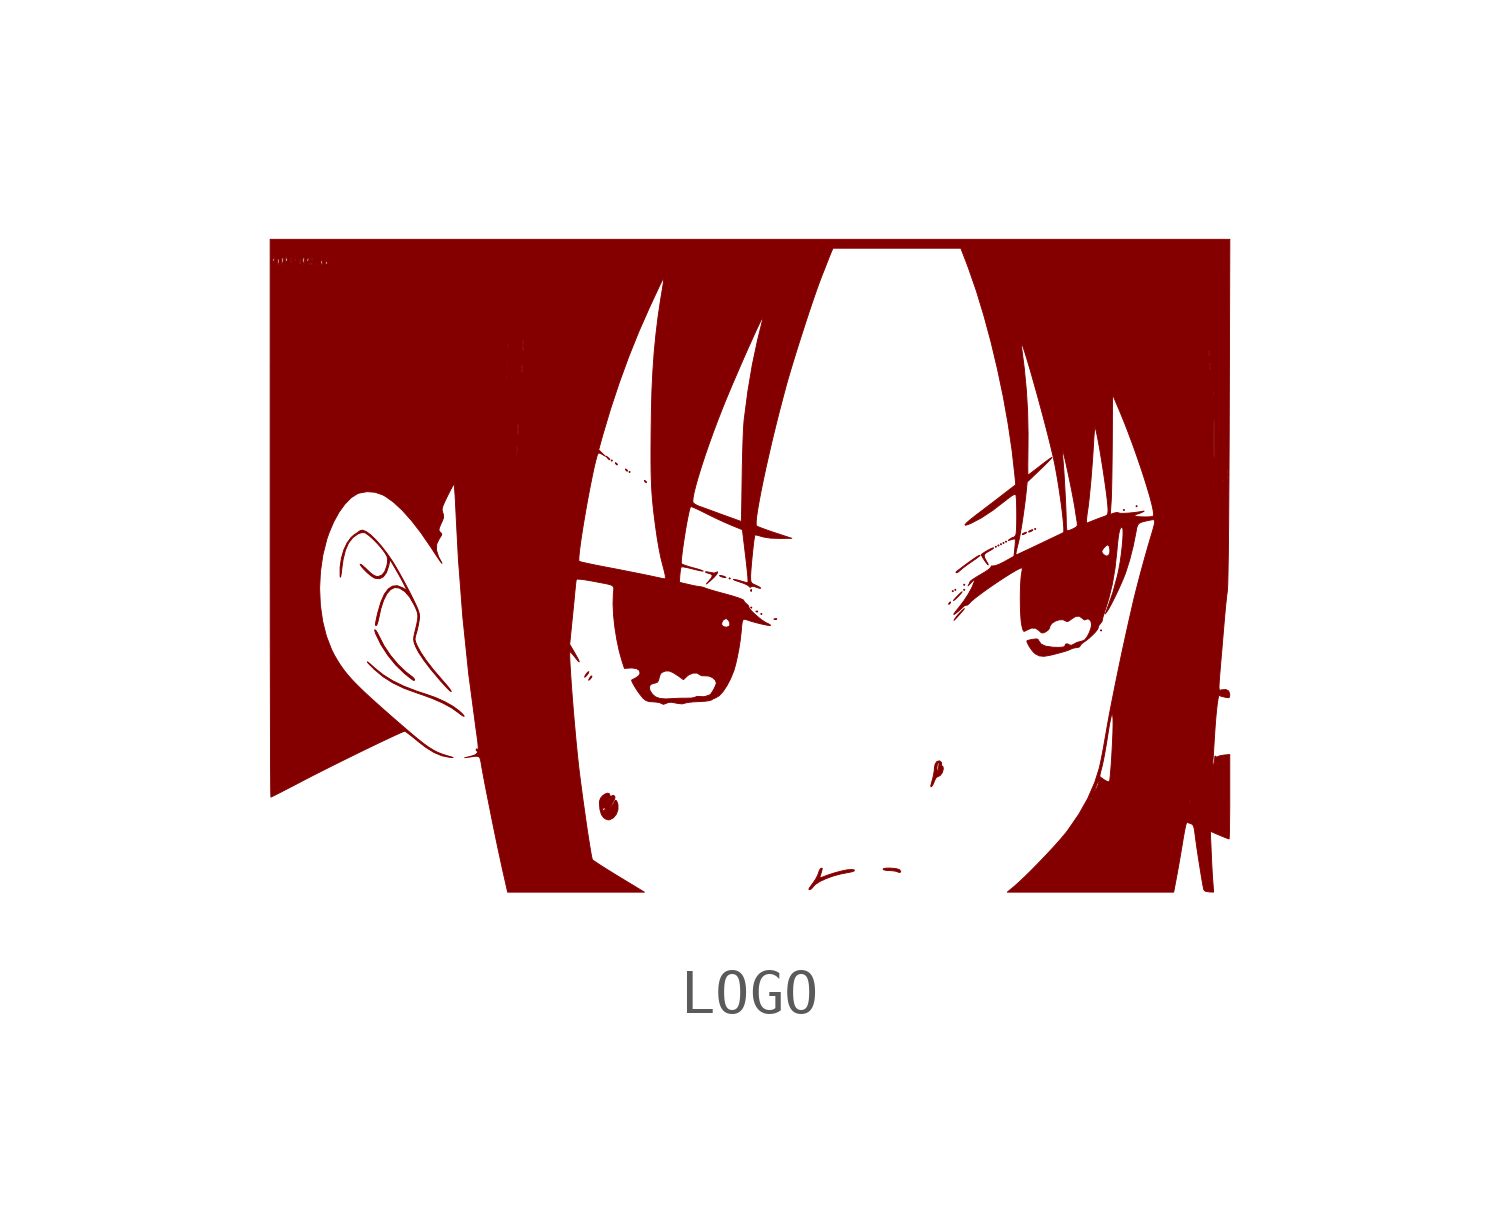
<source format=kicad_sym>
(kicad_symbol_lib
  (version 20210619)
  (generator bitmap2component)
  (symbol "LOGO"
    (pin_names
      (offset 1.016))
    (property "Reference" "#G"
      (at 0 6.842 0)
      (effects (font (size 1.27 1.27)) hide))
    (symbol "LOGO_0_0"
      (polyline (pts (xy -2.863 -7.231) (xy -2.987 -7.156) (xy -3.14 -7.062) (xy -3.276 -6.977) (xy -3.385 -6.909) (xy -3.455 -6.863) (xy -3.515 -6.823) (xy -3.574 -6.783) (xy -3.6 -6.766) (xy -3.602 -6.761) (xy -3.615 -6.712) (xy -3.634 -6.614) (xy -3.657 -6.475) (xy -3.685 -6.301) (xy -3.716 -6.101) (xy -3.748 -5.881) (xy -3.781 -5.648) (xy -3.815 -5.41) (xy -3.847 -5.172) (xy -3.877 -4.943) (xy -3.904 -4.73) (xy -3.926 -4.539) (xy -3.927 -4.529) (xy -3.949 -4.319) (xy -3.972 -4.087) (xy -3.995 -3.839) (xy -4.018 -3.583) (xy -4.04 -3.324) (xy -4.06 -3.071) (xy -4.079 -2.829) (xy -4.094 -2.604) (xy -4.107 -2.405) (xy -4.117 -2.236) (xy -4.122 -2.106) (xy -4.123 -2.02) (xy -4.119 -1.986) (xy -4.103 -1.996) (xy -4.061 -2.041) (xy -4.003 -2.112) (xy -3.99 -2.129) (xy -3.932 -2.199) (xy -3.905 -2.222) (xy -3.91 -2.197) (xy -3.945 -2.126) (xy -4.011 -2.009) (xy -4.123 -1.818) (xy -4.071 -1.295) (xy -4.057 -1.161) (xy -4.039 -0.976) (xy -4.022 -0.806) (xy -4.009 -0.665) (xy -4 -0.567) (xy -3.999 -0.565) (xy -3.989 -0.459) (xy -3.979 -0.375) (xy -3.972 -0.332) (xy -3.954 -0.322) (xy -3.889 -0.323) (xy -3.772 -0.338) (xy -3.603 -0.367) (xy -3.583 -0.371) (xy -3.408 -0.404) (xy -3.281 -0.428) (xy -3.195 -0.449) (xy -3.143 -0.472) (xy -3.117 -0.501) (xy -3.11 -0.541) (xy -3.114 -0.597) (xy -3.122 -0.673) (xy -3.128 -0.892) (xy -3.116 -1.151) (xy -3.097 -1.329) (xy -0.635 -1.329) (xy -0.604 -1.264) (xy -0.544 -1.228) (xy -0.521 -1.23) (xy -0.477 -1.266) (xy -0.448 -1.325) (xy -0.448 -1.384) (xy -0.471 -1.41) (xy -0.529 -1.425) (xy -0.592 -1.414) (xy -0.631 -1.378) (xy -0.635 -1.329) (xy -3.097 -1.329) (xy -3.086 -1.43) (xy -3.041 -1.712) (xy -2.984 -1.98) (xy -2.917 -2.217) (xy -2.866 -2.371) (xy -2.745 -2.362) (xy -2.691 -2.36) (xy -2.587 -2.376) (xy -2.523 -2.418) (xy -2.508 -2.481) (xy -2.51 -2.491) (xy -2.535 -2.536) (xy -2.595 -2.582) (xy -2.701 -2.638) (xy -2.7 -2.657) (xy -2.674 -2.712) (xy -2.629 -2.792) (xy -2.626 -2.796) (xy -2.296 -2.796) (xy -2.265 -2.739) (xy -2.189 -2.711) (xy -2.158 -2.707) (xy -2.103 -2.682) (xy -2.078 -2.624) (xy -2.064 -2.563) (xy -2.042 -2.501) (xy -2.012 -2.467) (xy -1.961 -2.443) (xy -1.913 -2.429) (xy -1.837 -2.431) (xy -1.75 -2.467) (xy -1.636 -2.54) (xy -1.512 -2.629) (xy -1.431 -2.551) (xy -1.382 -2.514) (xy -1.29 -2.478) (xy -1.202 -2.477) (xy -1.137 -2.515) (xy -1.098 -2.539) (xy -1.009 -2.541) (xy -0.931 -2.546) (xy -0.847 -2.581) (xy -0.782 -2.637) (xy -0.757 -2.701) (xy -0.768 -2.748) (xy -0.8 -2.821) (xy -0.843 -2.898) (xy -0.886 -2.959) (xy -0.917 -2.985) (xy -0.94 -2.989) (xy -0.997 -3.01) (xy -1.055 -3.021) (xy -1.135 -3.016) (xy -1.2 -3.012) (xy -1.238 -3.029) (xy -1.266 -3.042) (xy -1.339 -3.052) (xy -1.436 -3.054) (xy -1.511 -3.054) (xy -1.646 -3.057) (xy -1.76 -3.064) (xy -1.925 -3.072) (xy -2.057 -3.06) (xy -2.154 -3.024) (xy -2.226 -2.962) (xy -2.281 -2.876) (xy -2.296 -2.796) (xy -2.626 -2.796) (xy -2.572 -2.881) (xy -2.51 -2.968) (xy -2.509 -2.969) (xy -2.435 -3.059) (xy -2.369 -3.11) (xy -2.291 -3.134) (xy -2.181 -3.14) (xy -2.144 -3.142) (xy -2.062 -3.155) (xy -2.014 -3.177) (xy -2.01 -3.18) (xy -1.969 -3.195) (xy -1.906 -3.172) (xy -1.854 -3.151) (xy -1.785 -3.148) (xy -1.685 -3.166) (xy -1.642 -3.175) (xy -1.545 -3.185) (xy -1.48 -3.169) (xy -1.466 -3.164) (xy -1.395 -3.15) (xy -1.289 -3.139) (xy -1.166 -3.133) (xy -1.119 -3.131) (xy -1.005 -3.123) (xy -0.916 -3.11) (xy -0.87 -3.095) (xy -0.836 -3.073) (xy -0.765 -3.042) (xy -0.69 -2.996) (xy -0.604 -2.902) (xy -0.516 -2.77) (xy -0.432 -2.61) (xy -0.359 -2.432) (xy -0.353 -2.414) (xy -0.314 -2.278) (xy -0.275 -2.105) (xy -0.238 -1.915) (xy -0.209 -1.726) (xy -0.19 -1.557) (xy -0.188 -1.543) (xy -0.176 -1.403) (xy -0.164 -1.312) (xy -0.148 -1.262) (xy -0.122 -1.243) (xy -0.082 -1.248) (xy -0.022 -1.268) (xy 0.054 -1.293) (xy 0.164 -1.323) (xy 0.277 -1.351) (xy 0.378 -1.373) (xy 0.453 -1.385) (xy 0.487 -1.384) (xy 0.488 -1.38) (xy 0.459 -1.357) (xy 0.396 -1.327) (xy 0.362 -1.31) (xy 0.286 -1.259) (xy 0.2 -1.191) (xy 0.116 -1.117) (xy 0.045 -1.047) (xy -0.002 -0.991) (xy -0.013 -0.958) (xy -0.022 -0.93) (xy -0.065 -0.889) (xy -0.109 -0.849) (xy -0.131 -0.808) (xy -0.135 -0.802) (xy -0.181 -0.778) (xy -0.271 -0.745) (xy -0.398 -0.705) (xy -0.553 -0.662) (xy -0.621 -0.644) (xy -0.766 -0.604) (xy -0.89 -0.568) (xy -0.98 -0.539) (xy -1.025 -0.522) (xy -1.057 -0.509) (xy -1.127 -0.495) (xy -1.13 -0.495) (xy -1.188 -0.487) (xy -1.282 -0.47) (xy -1.392 -0.445) (xy -1.606 -0.395) (xy -1.594 -0.227) (xy -1.587 -0.154) (xy -1.575 -0.078) (xy -1.563 -0.041) (xy -1.557 -0.038) (xy -1.506 -0.042) (xy -1.418 -0.059) (xy -1.308 -0.086) (xy -1.267 -0.097) (xy -1.165 -0.121) (xy -1.091 -0.136) (xy -1.059 -0.138) (xy -1.062 -0.134) (xy -1.104 -0.116) (xy -1.186 -0.09) (xy -1.294 -0.06) (xy -1.343 -0.047) (xy -1.448 -0.015) (xy -1.524 0.013) (xy -1.558 0.032) (xy -1.562 0.062) (xy -1.557 0.142) (xy -1.544 0.261) (xy -1.525 0.408) (xy -1.501 0.572) (xy -1.474 0.743) (xy -1.446 0.911) (xy -1.417 1.065) (xy -1.39 1.196) (xy -1.367 1.292) (xy -1.349 1.344) (xy -1.348 1.345) (xy -1.313 1.336) (xy -1.239 1.306) (xy -1.135 1.257) (xy -1.011 1.195) (xy -0.893 1.136) (xy -0.723 1.054) (xy -0.558 0.979) (xy -0.421 0.919) (xy -0.158 0.812) (xy -0.093 0.268) (xy -0.087 0.22) (xy -0.062 0.006) (xy -0.045 -0.157) (xy -0.034 -0.275) (xy -0.03 -0.352) (xy -0.031 -0.394) (xy -0.038 -0.407) (xy -0.055 -0.403) (xy -0.115 -0.387) (xy -0.201 -0.362) (xy -0.265 -0.344) (xy -0.335 -0.329) (xy -0.367 -0.328) (xy -0.35 -0.34) (xy -0.291 -0.364) (xy -0.203 -0.393) (xy -0.119 -0.422) (xy -0.042 -0.459) (xy -0.003 -0.489) (xy 0.016 -0.511) (xy 0.041 -0.499) (xy 0.046 -0.492) (xy 0.086 -0.484) (xy 0.162 -0.508) (xy 0.18 -0.515) (xy 0.238 -0.533) (xy 0.262 -0.529) (xy 0.257 -0.522) (xy 0.216 -0.494) (xy 0.145 -0.46) (xy 0.094 -0.438) (xy 0.049 -0.406) (xy 0.032 -0.357) (xy 0.029 -0.271) (xy 0.031 -0.209) (xy 0.038 -0.101) (xy 0.049 0.033) (xy 0.063 0.179) (xy 0.078 0.327) (xy 0.093 0.463) (xy 0.107 0.577) (xy 0.12 0.657) (xy 0.128 0.691) (xy 0.142 0.693) (xy 0.198 0.682) (xy 0.28 0.658) (xy 0.321 0.646) (xy 0.483 0.62) (xy 0.696 0.613) (xy 0.975 0.615) (xy 0.583 0.744) (xy 0.534 0.76) (xy 0.397 0.808) (xy 0.282 0.85) (xy 0.201 0.882) (xy 0.164 0.9) (xy 0.158 0.916) (xy 0.156 0.986) (xy 0.167 1.105) (xy 0.191 1.268) (xy 0.226 1.468) (xy 0.27 1.702) (xy 0.324 1.964) (xy 0.385 2.25) (xy 0.454 2.553) (xy 0.527 2.869) (xy 0.606 3.193) (xy 0.688 3.52) (xy 0.773 3.844) (xy 0.858 4.161) (xy 0.893 4.284) (xy 0.958 4.503) (xy 1.033 4.75) (xy 1.116 5.017) (xy 1.204 5.292) (xy 1.293 5.568) (xy 1.381 5.835) (xy 1.465 6.083) (xy 1.541 6.304) (xy 1.607 6.487) (xy 1.659 6.624) (xy 1.667 6.646) (xy 1.717 6.769) (xy 1.762 6.885) (xy 1.795 6.968) (xy 1.801 6.984) (xy 1.841 7.087) (xy 1.879 7.179) (xy 1.919 7.274) (xy 4.854 7.274) (xy 4.97 6.976) (xy 5.028 6.822) (xy 5.212 6.292) (xy 5.386 5.72) (xy 5.549 5.117) (xy 5.697 4.495) (xy 5.829 3.866) (xy 5.941 3.241) (xy 6.031 2.631) (xy 6.096 2.05) (xy 6.115 1.845) (xy 5.814 1.614) (xy 5.707 1.531) (xy 5.541 1.404) (xy 5.374 1.277) (xy 5.23 1.167) (xy 5.213 1.155) (xy 5.077 1.048) (xy 4.99 0.973) (xy 4.951 0.929) (xy 4.961 0.915) (xy 5.018 0.931) (xy 5.091 0.961) (xy 5.324 1.083) (xy 5.586 1.256) (xy 5.876 1.479) (xy 5.929 1.521) (xy 6.026 1.593) (xy 6.087 1.625) (xy 6.116 1.621) (xy 6.122 1.597) (xy 6.129 1.522) (xy 6.134 1.41) (xy 6.137 1.276) (xy 6.138 1.131) (xy 6.137 0.989) (xy 6.134 0.862) (xy 6.128 0.763) (xy 6.121 0.706) (xy 6.102 0.665) (xy 6.069 0.64) (xy 6.035 0.63) (xy 5.977 0.596) (xy 5.945 0.57) (xy 5.95 0.564) (xy 6.005 0.583) (xy 6.006 0.583) (xy 6.069 0.6) (xy 6.102 0.6) (xy 6.106 0.568) (xy 6.103 0.493) (xy 6.095 0.394) (xy 6.081 0.266) (xy 6.119 0.266) (xy 6.128 0.32) (xy 6.15 0.413) (xy 6.185 0.553) (xy 6.185 0.554) (xy 6.207 0.656) (xy 6.233 0.801) (xy 6.262 0.977) (xy 6.29 1.168) (xy 6.317 1.362) (xy 6.34 1.545) (xy 6.357 1.702) (xy 6.377 1.906) (xy 6.672 2.189) (xy 6.713 2.228) (xy 6.811 2.324) (xy 6.887 2.401) (xy 6.934 2.453) (xy 6.946 2.472) (xy 6.921 2.459) (xy 6.858 2.416) (xy 6.77 2.351) (xy 6.665 2.269) (xy 6.571 2.196) (xy 6.483 2.129) (xy 6.422 2.083) (xy 6.396 2.066) (xy 6.395 2.069) (xy 6.393 2.116) (xy 6.392 2.209) (xy 6.392 2.34) (xy 6.394 2.501) (xy 6.396 2.684) (xy 6.398 3.017) (xy 6.388 3.519) (xy 6.359 4.012) (xy 6.311 4.516) (xy 6.243 5.053) (xy 6.24 5.091) (xy 6.247 5.096) (xy 6.266 5.054) (xy 6.296 4.969) (xy 6.332 4.859) (xy 10.539 4.859) (xy 10.539 4.879) (xy 10.544 4.919) (xy 10.553 4.91) (xy 10.557 4.882) (xy 10.553 4.808) (xy 10.55 4.8) (xy 10.542 4.806) (xy 10.539 4.859) (xy 6.332 4.859) (xy 6.335 4.848) (xy 6.382 4.695) (xy 6.42 4.568) (xy 10.569 4.568) (xy 10.57 4.611) (xy 10.575 4.647) (xy 10.582 4.633) (xy 10.587 4.587) (xy 10.582 4.503) (xy 10.578 4.488) (xy 10.572 4.505) (xy 10.569 4.568) (xy 6.42 4.568) (xy 6.436 4.515) (xy 6.494 4.314) (xy 6.504 4.277) (xy 10.597 4.277) (xy 10.598 4.297) (xy 10.602 4.337) (xy 10.611 4.328) (xy 10.615 4.3) (xy 10.611 4.226) (xy 10.608 4.218) (xy 10.6 4.224) (xy 10.597 4.277) (xy 6.504 4.277) (xy 6.555 4.096) (xy 6.599 3.94) (xy 10.629 3.94) (xy 10.631 4.015) (xy 10.635 4.044) (xy 10.641 4.022) (xy 10.646 3.935) (xy 10.641 3.833) (xy 10.64 3.828) (xy 10.634 3.812) (xy 10.63 3.848) (xy 10.629 3.928) (xy 10.629 3.94) (xy 6.599 3.94) (xy 6.619 3.867) (xy 6.683 3.632) (xy 6.746 3.397) (xy 6.807 3.165) (xy 6.864 2.943) (xy 6.915 2.736) (xy 6.948 2.599) (xy 7.19 2.599) (xy 7.197 2.616) (xy 7.2 2.611) (xy 7.214 2.561) (xy 7.238 2.467) (xy 7.267 2.339) (xy 7.301 2.185) (xy 7.337 2.017) (xy 7.373 1.843) (xy 7.407 1.673) (xy 7.437 1.516) (xy 7.461 1.384) (xy 7.478 1.284) (xy 7.492 1.187) (xy 7.51 1.073) (xy 7.524 0.989) (xy 7.526 0.971) (xy 7.527 0.961) (xy 7.739 0.961) (xy 7.739 1.026) (xy 7.742 1.069) (xy 7.752 1.16) (xy 7.767 1.266) (xy 7.779 1.344) (xy 7.797 1.499) (xy 7.816 1.691) (xy 7.837 1.908) (xy 7.856 2.139) (xy 7.874 2.37) (xy 7.889 2.591) (xy 7.901 2.787) (xy 7.903 2.825) (xy 7.911 2.961) (xy 7.92 3.068) (xy 7.928 3.138) (xy 7.935 3.16) (xy 7.944 3.142) (xy 7.963 3.071) (xy 7.987 2.957) (xy 8.016 2.806) (xy 8.048 2.63) (xy 8.08 2.434) (xy 8.113 2.229) (xy 8.144 2.022) (xy 8.173 1.823) (xy 8.198 1.639) (xy 8.217 1.48) (xy 8.229 1.353) (xy 8.234 1.267) (xy 8.234 1.245) (xy 8.227 1.176) (xy 8.217 1.163) (xy 8.286 1.163) (xy 8.306 1.476) (xy 8.31 1.554) (xy 8.315 1.698) (xy 8.319 1.882) (xy 8.323 2.1) (xy 8.326 2.34) (xy 8.329 2.595) (xy 8.331 2.854) (xy 8.336 3.919) (xy 8.462 3.625) (xy 8.48 3.583) (xy 8.579 3.343) (xy 8.681 3.085) (xy 8.743 2.917) (xy 10.661 2.917) (xy 10.662 3.09) (xy 10.663 3.221) (xy 10.664 3.308) (xy 10.666 3.347) (xy 10.668 3.335) (xy 10.67 3.288) (xy 10.832 3.288) (xy 10.834 3.353) (xy 10.838 3.386) (xy 10.844 3.368) (xy 10.849 3.302) (xy 10.844 3.208) (xy 10.839 3.189) (xy 10.834 3.216) (xy 10.832 3.288) (xy 10.67 3.288) (xy 10.671 3.268) (xy 10.673 3.145) (xy 10.674 2.94) (xy 10.674 2.729) (xy 10.671 2.54) (xy 10.67 2.528) (xy 10.668 2.463) (xy 10.666 2.454) (xy 10.664 2.495) (xy 10.663 2.584) (xy 10.662 2.719) (xy 10.661 2.895) (xy 10.661 2.917) (xy 8.743 2.917) (xy 8.781 2.817) (xy 8.879 2.545) (xy 8.971 2.278) (xy 9.036 2.08) (xy 10.62 2.08) (xy 10.634 2.095) (xy 10.648 2.082) (xy 10.978 2.082) (xy 10.98 2.156) (xy 10.984 2.184) (xy 10.99 2.16) (xy 10.995 2.074) (xy 10.99 1.985) (xy 10.984 1.969) (xy 10.979 2.003) (xy 10.978 2.08) (xy 10.978 2.082) (xy 10.648 2.082) (xy 10.649 2.08) (xy 10.634 2.066) (xy 10.62 2.08) (xy 9.036 2.08) (xy 9.056 2.021) (xy 9.092 1.906) (xy 10.627 1.906) (xy 10.628 1.938) (xy 10.633 1.972) (xy 10.64 1.956) (xy 10.643 1.935) (xy 10.852 1.935) (xy 10.867 1.949) (xy 10.882 1.935) (xy 10.867 1.92) (xy 10.852 1.935) (xy 10.643 1.935) (xy 10.645 1.91) (xy 10.64 1.84) (xy 10.636 1.83) (xy 10.629 1.846) (xy 10.627 1.906) (xy 9.092 1.906) (xy 9.13 1.783) (xy 9.136 1.763) (xy 10.942 1.763) (xy 10.947 1.791) (xy 10.96 1.78) (xy 10.964 1.763) (xy 10.957 1.724) (xy 10.947 1.725) (xy 10.942 1.763) (xy 9.136 1.763) (xy 9.167 1.658) (xy 10.595 1.658) (xy 10.599 1.698) (xy 10.61 1.695) (xy 10.614 1.682) (xy 10.61 1.622) (xy 10.6 1.617) (xy 10.595 1.658) (xy 9.167 1.658) (xy 9.193 1.571) (xy 9.24 1.391) (xy 9.27 1.25) (xy 9.281 1.157) (xy 9.281 1.155) (xy 9.273 1.129) (xy 9.242 1.114) (xy 9.176 1.107) (xy 9.063 1.106) (xy 9.053 1.106) (xy 8.945 1.11) (xy 8.872 1.12) (xy 8.845 1.135) (xy 8.847 1.145) (xy 8.881 1.165) (xy 8.882 1.165) (xy 8.934 1.179) (xy 9.005 1.208) (xy 9.054 1.232) (xy 9.061 1.241) (xy 9.02 1.234) (xy 8.963 1.224) (xy 8.841 1.207) (xy 8.717 1.195) (xy 8.605 1.188) (xy 8.52 1.189) (xy 8.477 1.198) (xy 8.438 1.208) (xy 8.365 1.193) (xy 8.286 1.163) (xy 8.217 1.163) (xy 8.2 1.139) (xy 8.139 1.114) (xy 8.097 1.1) (xy 7.997 1.063) (xy 7.892 1.022) (xy 7.739 0.961) (xy 7.527 0.961) (xy 7.529 0.91) (xy 7.503 0.873) (xy 7.436 0.836) (xy 7.415 0.826) (xy 7.344 0.797) (xy 7.301 0.786) (xy 7.288 0.805) (xy 7.278 0.87) (xy 7.275 0.967) (xy 7.274 1.053) (xy 7.27 1.189) (xy 7.263 1.36) (xy 7.254 1.553) (xy 7.243 1.758) (xy 7.232 1.961) (xy 7.22 2.151) (xy 7.208 2.316) (xy 7.197 2.444) (xy 7.197 2.444) (xy 7.19 2.537) (xy 7.19 2.599) (xy 6.948 2.599) (xy 6.96 2.549) (xy 6.996 2.386) (xy 7.013 2.306) (xy 7.046 2.129) (xy 7.08 1.934) (xy 7.112 1.731) (xy 7.142 1.526) (xy 7.169 1.329) (xy 7.191 1.148) (xy 7.207 0.991) (xy 7.217 0.867) (xy 7.219 0.783) (xy 7.213 0.748) (xy 7.212 0.748) (xy 7.179 0.731) (xy 7.101 0.694) (xy 6.989 0.64) (xy 6.85 0.574) (xy 6.692 0.498) (xy 6.68 0.493) (xy 6.521 0.417) (xy 6.379 0.35) (xy 6.287 0.307) (xy 8.088 0.307) (xy 8.097 0.336) (xy 8.135 0.393) (xy 8.186 0.444) (xy 8.23 0.466) (xy 8.239 0.463) (xy 8.262 0.425) (xy 8.275 0.36) (xy 8.275 0.291) (xy 8.259 0.243) (xy 8.24 0.223) (xy 8.209 0.205) (xy 8.163 0.22) (xy 8.112 0.261) (xy 8.088 0.307) (xy 6.287 0.307) (xy 6.263 0.296) (xy 6.182 0.258) (xy 6.145 0.241) (xy 6.134 0.237) (xy 6.122 0.241) (xy 6.119 0.266) (xy 6.081 0.266) (xy 6.074 0.202) (xy 5.866 0.086) (xy 5.85 0.076) (xy 5.742 0.023) (xy 5.652 -0.011) (xy 5.596 -0.02) (xy 5.558 -0.019) (xy 5.546 -0.042) (xy 5.54 -0.057) (xy 5.495 -0.098) (xy 5.415 -0.153) (xy 5.311 -0.215) (xy 5.244 -0.254) (xy 5.151 -0.313) (xy 5.086 -0.359) (xy 5.062 -0.386) (xy 5.056 -0.411) (xy 5.026 -0.465) (xy 5.02 -0.475) (xy 5.039 -0.458) (xy 5.087 -0.409) (xy 5.122 -0.371) (xy 5.16 -0.336) (xy 5.171 -0.339) (xy 5.163 -0.378) (xy 5.159 -0.392) (xy 5.107 -0.518) (xy 5.025 -0.667) (xy 4.921 -0.826) (xy 4.806 -0.977) (xy 4.805 -0.978) (xy 4.732 -1.069) (xy 4.696 -1.12) (xy 4.695 -1.134) (xy 4.728 -1.115) (xy 4.809 -1.05) (xy 4.885 -0.978) (xy 4.894 -0.969) (xy 4.946 -0.928) (xy 4.982 -0.92) (xy 5.01 -0.916) (xy 5.051 -0.877) (xy 5.089 -0.836) (xy 5.17 -0.767) (xy 5.282 -0.681) (xy 5.416 -0.582) (xy 5.564 -0.478) (xy 5.718 -0.374) (xy 5.868 -0.276) (xy 6.006 -0.189) (xy 6.123 -0.12) (xy 6.211 -0.075) (xy 6.261 -0.058) (xy 6.265 -0.067) (xy 6.262 -0.117) (xy 6.249 -0.196) (xy 6.238 -0.274) (xy 6.228 -0.413) (xy 6.221 -0.583) (xy 6.219 -0.768) (xy 6.221 -0.955) (xy 6.228 -1.128) (xy 6.238 -1.273) (xy 6.252 -1.374) (xy 6.254 -1.382) (xy 6.275 -1.471) (xy 6.293 -1.513) (xy 6.316 -1.52) (xy 6.352 -1.501) (xy 6.363 -1.495) (xy 6.476 -1.445) (xy 6.569 -1.447) (xy 6.647 -1.5) (xy 6.655 -1.508) (xy 6.702 -1.552) (xy 6.743 -1.557) (xy 6.806 -1.529) (xy 6.87 -1.48) (xy 6.896 -1.427) (xy 6.899 -1.401) (xy 6.943 -1.337) (xy 7.019 -1.286) (xy 7.111 -1.256) (xy 7.199 -1.253) (xy 7.266 -1.284) (xy 7.281 -1.294) (xy 7.324 -1.288) (xy 7.391 -1.241) (xy 7.397 -1.235) (xy 7.493 -1.176) (xy 7.574 -1.172) (xy 7.643 -1.221) (xy 7.644 -1.221) (xy 7.69 -1.259) (xy 7.73 -1.246) (xy 7.751 -1.235) (xy 7.8 -1.242) (xy 7.84 -1.289) (xy 7.855 -1.364) (xy 7.841 -1.447) (xy 7.803 -1.551) (xy 7.753 -1.647) (xy 7.702 -1.711) (xy 7.662 -1.735) (xy 7.587 -1.757) (xy 7.524 -1.773) (xy 7.448 -1.813) (xy 7.396 -1.84) (xy 7.349 -1.833) (xy 7.311 -1.809) (xy 7.265 -1.81) (xy 7.245 -1.847) (xy 7.241 -1.862) (xy 7.212 -1.879) (xy 7.146 -1.886) (xy 7.034 -1.887) (xy 6.949 -1.883) (xy 6.798 -1.859) (xy 6.698 -1.813) (xy 6.648 -1.744) (xy 6.646 -1.74) (xy 6.626 -1.704) (xy 6.586 -1.694) (xy 6.507 -1.703) (xy 6.478 -1.708) (xy 6.408 -1.724) (xy 6.373 -1.736) (xy 6.371 -1.753) (xy 6.392 -1.806) (xy 6.432 -1.877) (xy 6.482 -1.95) (xy 6.531 -2.007) (xy 6.568 -2.038) (xy 6.659 -2.084) (xy 6.768 -2.093) (xy 6.91 -2.068) (xy 7.001 -2.046) (xy 7.152 -2.006) (xy 7.259 -1.975) (xy 7.332 -1.95) (xy 7.381 -1.927) (xy 7.434 -1.906) (xy 7.519 -1.891) (xy 7.569 -1.882) (xy 7.594 -1.854) (xy 7.594 -1.85) (xy 7.622 -1.809) (xy 7.681 -1.765) (xy 7.716 -1.742) (xy 7.796 -1.679) (xy 7.877 -1.605) (xy 7.947 -1.532) (xy 7.995 -1.47) (xy 8.008 -1.433) (xy 8.016 -1.395) (xy 8.055 -1.343) (xy 8.091 -1.3) (xy 8.101 -1.273) (xy 8.103 -1.251) (xy 8.12 -1.183) (xy 8.151 -1.082) (xy 8.191 -0.959) (xy 8.252 -0.763) (xy 8.333 -0.43) (xy 8.394 -0.069) (xy 8.438 0.335) (xy 8.448 0.452) (xy 8.466 0.621) (xy 8.485 0.74) (xy 8.505 0.818) (xy 8.528 0.86) (xy 8.557 0.873) (xy 8.568 0.862) (xy 8.577 0.803) (xy 8.578 0.702) (xy 8.57 0.568) (xy 8.556 0.411) (xy 8.536 0.241) (xy 8.511 0.066) (xy 8.48 -0.104) (xy 8.452 -0.234) (xy 8.342 -0.636) (xy 8.191 -1.062) (xy 8.168 -1.12) (xy 8.212 -1.062) (xy 8.25 -1.003) (xy 8.309 -0.895) (xy 8.379 -0.757) (xy 8.453 -0.604) (xy 8.525 -0.446) (xy 8.588 -0.299) (xy 8.637 -0.175) (xy 8.639 -0.168) (xy 8.729 0.115) (xy 8.81 0.433) (xy 8.876 0.763) (xy 8.889 0.838) (xy 8.908 0.907) (xy 8.939 0.953) (xy 8.993 0.983) (xy 9.082 1.008) (xy 9.217 1.036) (xy 9.248 1.042) (xy 9.284 1.042) (xy 9.302 1.026) (xy 9.305 0.985) (xy 9.29 0.912) (xy 9.259 0.798) (xy 9.211 0.636) (xy 9.161 0.469) (xy 9.072 0.155) (xy 8.983 -0.168) (xy 8.902 -0.479) (xy 8.832 -0.756) (xy 8.784 -0.963) (xy 8.71 -1.286) (xy 8.633 -1.633) (xy 8.554 -1.995) (xy 8.477 -2.361) (xy 8.403 -2.721) (xy 8.334 -3.065) (xy 8.272 -3.382) (xy 8.22 -3.664) (xy 8.179 -3.899) (xy 8.153 -4.046) (xy 8.119 -4.237) (xy 8.085 -4.414) (xy 8.054 -4.563) (xy 8.029 -4.67) (xy 7.971 -4.854) (xy 8.045 -4.854) (xy 8.048 -4.817) (xy 8.065 -4.741) (xy 8.091 -4.641) (xy 8.104 -4.588) (xy 8.131 -4.462) (xy 8.161 -4.303) (xy 8.192 -4.124) (xy 8.221 -3.943) (xy 8.241 -3.813) (xy 8.266 -3.663) (xy 8.29 -3.542) (xy 8.309 -3.457) (xy 8.322 -3.42) (xy 8.327 -3.418) (xy 8.34 -3.444) (xy 8.348 -3.526) (xy 8.349 -3.663) (xy 8.345 -3.854) (xy 8.334 -4.098) (xy 8.318 -4.393) (xy 8.307 -4.56) (xy 8.295 -4.714) (xy 8.29 -4.772) (xy 10.628 -4.772) (xy 10.629 -4.729) (xy 10.633 -4.692) (xy 10.64 -4.706) (xy 10.645 -4.752) (xy 10.64 -4.837) (xy 10.636 -4.852) (xy 10.63 -4.835) (xy 10.628 -4.772) (xy 8.29 -4.772) (xy 8.284 -4.84) (xy 8.274 -4.926) (xy 8.267 -4.965) (xy 8.263 -4.97) (xy 8.225 -4.972) (xy 8.152 -4.932) (xy 8.133 -4.918) (xy 8.074 -4.877) (xy 8.045 -4.855) (xy 8.045 -4.854) (xy 7.971 -4.854) (xy 7.929 -4.986) (xy 7.836 -5.199) (xy 7.918 -5.199) (xy 7.932 -5.15) (xy 7.971 -5.048) (xy 7.995 -4.99) (xy 8.019 -4.952) (xy 8.028 -4.961) (xy 8.027 -4.971) (xy 8.008 -5.04) (xy 7.972 -5.121) (xy 8.239 -5.121) (xy 8.242 -5.081) (xy 8.253 -5.084) (xy 8.257 -5.098) (xy 8.253 -5.157) (xy 8.243 -5.162) (xy 8.239 -5.121) (xy 7.972 -5.121) (xy 7.96 -5.142) (xy 7.927 -5.196) (xy 7.918 -5.199) (xy 7.836 -5.199) (xy 7.813 -5.252) (xy 7.885 -5.252) (xy 7.899 -5.237) (xy 7.914 -5.252) (xy 7.899 -5.266) (xy 7.885 -5.252) (xy 7.813 -5.252) (xy 7.769 -5.353) (xy 7.761 -5.368) (xy 7.827 -5.368) (xy 7.841 -5.354) (xy 7.856 -5.368) (xy 7.841 -5.383) (xy 7.827 -5.368) (xy 7.761 -5.368) (xy 7.72 -5.441) (xy 10.101 -5.441) (xy 10.105 -5.401) (xy 10.115 -5.404) (xy 10.119 -5.418) (xy 10.115 -5.477) (xy 10.105 -5.482) (xy 10.101 -5.441) (xy 7.72 -5.441) (xy 7.561 -5.722) (xy 7.464 -5.863) (xy 10.154 -5.863) (xy 10.169 -5.848) (xy 10.183 -5.863) (xy 10.169 -5.877) (xy 10.154 -5.863) (xy 7.464 -5.863) (xy 7.3 -6.101) (xy 7.248 -6.166) (xy 7.134 -6.301) (xy 6.992 -6.46) (xy 6.831 -6.634) (xy 6.66 -6.813) (xy 6.489 -6.987) (xy 6.327 -7.147) (xy 6.183 -7.283) (xy 6.066 -7.386) (xy 5.921 -7.506) (xy 9.74 -7.506) (xy 9.816 -7.106) (xy 9.845 -6.946) (xy 9.884 -6.725) (xy 9.922 -6.502) (xy 9.954 -6.306) (xy 9.962 -6.257) (xy 9.987 -6.119) (xy 10.009 -6.008) (xy 10.028 -5.933) (xy 10.04 -5.906) (xy 10.072 -5.913) (xy 10.134 -5.933) (xy 10.165 -5.949) (xy 10.189 -5.977) (xy 10.207 -6.028) (xy 10.222 -6.114) (xy 10.239 -6.246) (xy 10.252 -6.341) (xy 10.272 -6.487) (xy 10.297 -6.652) (xy 10.324 -6.827) (xy 10.352 -7) (xy 10.378 -7.16) (xy 10.401 -7.296) (xy 10.42 -7.397) (xy 10.432 -7.451) (xy 10.466 -7.485) (xy 10.552 -7.501) (xy 10.657 -7.505) (xy 10.639 -7.266) (xy 10.636 -7.231) (xy 10.627 -7.099) (xy 10.618 -6.932) (xy 10.609 -6.749) (xy 10.601 -6.567) (xy 10.581 -6.109) (xy 10.788 -6.197) (xy 10.81 -6.206) (xy 10.906 -6.246) (xy 10.978 -6.274) (xy 11.011 -6.285) (xy 11.014 -6.271) (xy 11.017 -6.206) (xy 11.021 -6.094) (xy 11.023 -5.943) (xy 11.025 -5.758) (xy 11.027 -5.547) (xy 11.027 -5.316) (xy 11.027 -4.348) (xy 10.903 -4.359) (xy 10.875 -4.363) (xy 10.795 -4.378) (xy 10.746 -4.398) (xy 10.726 -4.408) (xy 10.698 -4.387) (xy 10.695 -4.382) (xy 10.685 -4.395) (xy 10.68 -4.452) (xy 10.68 -4.457) (xy 10.668 -4.539) (xy 10.648 -4.597) (xy 10.639 -4.608) (xy 10.626 -4.614) (xy 10.632 -4.568) (xy 10.638 -4.522) (xy 10.646 -4.427) (xy 10.655 -4.301) (xy 10.663 -4.161) (xy 10.674 -3.98) (xy 10.69 -3.733) (xy 10.707 -3.512) (xy 10.725 -3.322) (xy 10.743 -3.169) (xy 10.76 -3.059) (xy 10.776 -2.996) (xy 10.79 -2.986) (xy 10.794 -2.991) (xy 10.838 -3.015) (xy 10.878 -3.022) (xy 10.947 -3.037) (xy 10.994 -3.045) (xy 11.022 -3.03) (xy 11.027 -2.97) (xy 11.027 -2.965) (xy 11.003 -2.891) (xy 10.938 -2.856) (xy 10.839 -2.863) (xy 10.835 -2.864) (xy 10.815 -2.87) (xy 10.8 -2.872) (xy 10.789 -2.864) (xy 10.782 -2.84) (xy 10.78 -2.794) (xy 10.783 -2.719) (xy 10.79 -2.611) (xy 10.802 -2.463) (xy 10.818 -2.268) (xy 10.839 -2.022) (xy 10.846 -1.947) (xy 10.863 -1.739) (xy 10.881 -1.525) (xy 10.898 -1.326) (xy 10.912 -1.164) (xy 10.924 -1.027) (xy 10.941 -0.857) (xy 10.958 -0.701) (xy 10.973 -0.582) (xy 10.977 -0.525) (xy 10.982 -0.409) (xy 10.986 -0.237) (xy 10.99 -0.012) (xy 10.995 0.266) (xy 10.998 0.595) (xy 11.002 0.973) (xy 11.005 1.4) (xy 11.008 1.873) (xy 11.011 2.391) (xy 11.014 2.953) (xy 11.016 3.557) (xy 11.029 7.477) (xy -10.998 7.477) (xy -10.998 6.996) (xy -10.94 6.996) (xy -10.938 7.013) (xy -10.913 7.054) (xy -10.9 7.051) (xy -10.902 7.012) (xy -10.916 6.971) (xy -10.933 6.957) (xy -10.94 6.996) (xy -10.998 6.996) (xy -10.998 6.922) (xy -10.832 6.922) (xy -10.83 6.983) (xy -10.829 6.984) (xy -10.817 7.045) (xy -10.806 7.07) (xy -10.805 7.07) (xy -10.797 7.044) (xy -10.794 6.984) (xy -10.736 6.984) (xy -10.729 7.045) (xy -10.712 7.07) (xy -10.711 7.07) (xy -10.699 7.044) (xy -10.7 7.01) (xy -10.649 7.01) (xy -10.646 7.05) (xy -10.632 7.067) (xy -10.61 7.027) (xy -10.605 7.005) (xy -10.608 6.997) (xy -10.527 6.997) (xy -10.527 7.006) (xy -10.521 7.045) (xy -10.512 7.033) (xy -10.509 7.012) (xy -10.441 7.012) (xy -10.437 7.052) (xy -10.426 7.048) (xy -10.425 7.045) (xy -10.25 7.045) (xy -10.236 7.07) (xy -10.236 7.07) (xy -10.234 7.067) (xy -10.059 7.067) (xy -10.034 7.049) (xy -10.018 7.027) (xy -10.014 6.997) (xy -10.027 6.997) (xy -10.05 7.032) (xy -10.053 7.038) (xy -10.059 7.067) (xy -10.234 7.067) (xy -10.219 7.044) (xy -10.213 6.991) (xy -10.154 6.991) (xy -10.151 7.014) (xy -10.128 7.054) (xy -10.115 7.056) (xy -10.107 7.027) (xy -10.108 7.022) (xy -10.125 6.976) (xy -10.145 6.962) (xy -10.154 6.991) (xy -10.213 6.991) (xy -10.212 6.983) (xy -10.212 6.982) (xy -10.214 6.954) (xy -9.834 6.954) (xy -9.832 6.987) (xy -9.823 7.012) (xy -9.813 7.001) (xy -9.797 6.954) (xy -9.794 6.933) (xy -9.735 6.933) (xy -9.718 6.968) (xy -9.703 6.971) (xy -9.689 6.941) (xy -9.689 6.939) (xy -9.63 6.939) (xy -9.616 6.954) (xy -9.601 6.939) (xy -9.616 6.925) (xy -9.63 6.939) (xy -9.689 6.939) (xy -9.689 6.926) (xy -9.703 6.897) (xy -9.731 6.923) (xy -9.735 6.933) (xy -9.794 6.933) (xy -9.793 6.919) (xy -9.808 6.896) (xy -9.823 6.906) (xy -9.834 6.954) (xy -10.214 6.954) (xy -10.216 6.921) (xy -10.221 6.904) (xy -10.107 6.904) (xy -10.103 6.915) (xy -10.09 6.919) (xy -10.03 6.915) (xy -10.028 6.91) (xy -9.95 6.91) (xy -9.936 6.925) (xy -9.921 6.91) (xy -9.936 6.896) (xy -9.95 6.91) (xy -10.028 6.91) (xy -10.026 6.905) (xy -10.067 6.9) (xy -10.107 6.904) (xy -10.221 6.904) (xy -10.224 6.896) (xy -10.224 6.896) (xy -10.236 6.922) (xy -10.248 6.983) (xy -10.248 6.985) (xy -10.25 7.045) (xy -10.425 7.045) (xy -10.422 7.035) (xy -10.426 6.976) (xy -10.436 6.971) (xy -10.441 7.012) (xy -10.509 7.012) (xy -10.508 7.004) (xy -10.511 6.968) (xy -10.323 6.968) (xy -10.323 6.977) (xy -10.318 7.016) (xy -10.309 7.004) (xy -10.304 6.975) (xy -10.31 6.917) (xy -10.311 6.914) (xy -10.32 6.919) (xy -10.323 6.968) (xy -10.511 6.968) (xy -10.513 6.946) (xy -10.514 6.943) (xy -10.524 6.948) (xy -10.527 6.997) (xy -10.608 6.997) (xy -10.621 6.968) (xy -10.638 6.97) (xy -10.649 7.01) (xy -10.7 7.01) (xy -10.701 6.983) (xy -10.701 6.981) (xy -10.713 6.921) (xy -10.725 6.896) (xy -10.725 6.896) (xy -10.733 6.921) (xy -10.736 6.983) (xy -10.736 6.984) (xy -10.794 6.984) (xy -10.794 6.983) (xy -10.794 6.982) (xy -10.801 6.921) (xy -10.818 6.896) (xy -10.819 6.896) (xy -10.832 6.922) (xy -10.998 6.922) (xy -10.998 5.511) (xy -5.17 5.511) (xy -5.168 5.586) (xy -5.164 5.615) (xy -5.158 5.593) (xy -5.153 5.506) (xy -5.158 5.404) (xy -5.159 5.399) (xy -5.164 5.383) (xy -5.168 5.419) (xy -5.17 5.499) (xy -5.17 5.511) (xy -10.998 5.511) (xy -10.998 5.034) (xy -5.553 5.034) (xy -5.548 5.074) (xy -5.538 5.07) (xy -5.534 5.057) (xy -5.535 5.048) (xy -5.199 5.048) (xy -5.198 5.073) (xy -5.196 5.144) (xy -5.192 5.17) (xy -5.187 5.142) (xy -5.186 5.138) (xy -5.182 5.035) (xy -5.187 4.938) (xy -5.188 4.929) (xy -5.194 4.921) (xy -5.197 4.963) (xy -5.199 5.048) (xy -5.535 5.048) (xy -5.538 4.997) (xy -5.548 4.992) (xy -5.553 5.034) (xy -10.998 5.034) (xy -10.998 4.539) (xy -5.722 4.539) (xy -5.721 4.598) (xy -5.719 4.668) (xy -5.715 4.691) (xy -5.71 4.662) (xy -5.709 4.65) (xy -5.706 4.531) (xy -5.708 4.481) (xy -5.575 4.481) (xy -5.575 4.524) (xy -5.574 4.63) (xy -5.572 4.691) (xy -5.569 4.704) (xy -5.565 4.662) (xy -5.562 4.588) (xy -5.561 4.51) (xy -5.228 4.51) (xy -5.227 4.575) (xy -5.223 4.608) (xy -5.216 4.59) (xy -5.211 4.524) (xy -5.216 4.43) (xy -5.222 4.411) (xy -5.227 4.438) (xy -5.228 4.51) (xy -5.561 4.51) (xy -5.561 4.437) (xy -5.565 4.299) (xy -5.566 4.279) (xy -5.57 4.256) (xy -5.572 4.285) (xy -5.574 4.362) (xy -5.575 4.481) (xy -5.708 4.481) (xy -5.71 4.415) (xy -5.713 4.392) (xy -5.718 4.394) (xy -5.721 4.444) (xy -5.722 4.539) (xy -10.998 4.539) (xy -10.998 4.06) (xy -5.257 4.06) (xy -5.255 4.134) (xy -5.251 4.162) (xy -5.245 4.138) (xy -5.24 4.052) (xy -5.245 3.964) (xy -5.251 3.947) (xy -5.256 3.982) (xy -5.257 4.059) (xy -5.257 4.06) (xy -10.998 4.06) (xy -10.998 3.506) (xy -5.604 3.506) (xy -5.604 3.539) (xy -5.603 3.644) (xy -5.601 3.704) (xy -5.598 3.715) (xy -5.594 3.672) (xy -5.592 3.637) (xy -5.285 3.637) (xy -5.285 3.672) (xy -5.283 3.745) (xy -5.279 3.772) (xy -5.274 3.746) (xy -5.269 3.637) (xy -5.274 3.528) (xy -5.276 3.512) (xy -5.281 3.506) (xy -5.284 3.55) (xy -5.285 3.637) (xy -5.592 3.637) (xy -5.591 3.594) (xy -5.59 3.45) (xy -5.594 3.323) (xy -5.595 3.309) (xy -5.599 3.286) (xy -5.602 3.314) (xy -5.604 3.389) (xy -5.604 3.506) (xy -10.998 3.506) (xy -10.998 3.128) (xy -5.315 3.128) (xy -5.315 3.153) (xy -5.313 3.224) (xy -5.309 3.249) (xy -5.303 3.222) (xy -5.303 3.218) (xy -5.298 3.114) (xy -5.303 3.018) (xy -5.305 3.009) (xy -5.31 3.001) (xy -5.314 3.043) (xy -5.315 3.128) (xy -10.998 3.128) (xy -10.998 2.634) (xy -5.345 2.634) (xy -5.343 2.708) (xy -5.338 2.737) (xy -5.332 2.713) (xy -5.328 2.627) (xy -5.333 2.538) (xy -5.339 2.522) (xy -5.343 2.556) (xy -5.345 2.633) (xy -5.345 2.634) (xy -10.998 2.634) (xy -10.998 2.182) (xy -5.374 2.182) (xy -5.372 2.247) (xy -5.368 2.28) (xy -5.362 2.262) (xy -5.357 2.196) (xy -5.362 2.102) (xy -5.367 2.083) (xy -5.372 2.11) (xy -5.374 2.182) (xy -10.998 2.182) (xy -10.998 1.077) (xy -10.998 0.934) (xy -10.998 0.331) (xy -10.998 -0.255) (xy -10.997 -0.823) (xy -10.997 -1.369) (xy -10.996 -1.891) (xy -10.995 -2.386) (xy -10.994 -2.853) (xy -10.993 -3.287) (xy -10.992 -3.686) (xy -10.991 -4.049) (xy -10.99 -4.372) (xy -10.989 -4.652) (xy -10.987 -4.887) (xy -10.986 -5.074) (xy -10.984 -5.212) (xy -10.982 -5.296) (xy -10.981 -5.324) (xy -10.979 -5.324) (xy -10.941 -5.306) (xy -10.86 -5.266) (xy -10.742 -5.206) (xy -10.593 -5.129) (xy -10.421 -5.04) (xy -10.232 -4.941) (xy -10.201 -4.925) (xy -10.022 -4.832) (xy -9.82 -4.73) (xy -9.602 -4.62) (xy -9.375 -4.507) (xy -9.144 -4.393) (xy -8.916 -4.281) (xy -8.697 -4.175) (xy -8.492 -4.076) (xy -8.308 -3.989) (xy -8.152 -3.916) (xy -8.029 -3.86) (xy -7.946 -3.824) (xy -7.909 -3.811) (xy -7.908 -3.812) (xy -7.875 -3.831) (xy -7.807 -3.881) (xy -7.715 -3.953) (xy -7.608 -4.042) (xy -7.422 -4.186) (xy -7.234 -4.302) (xy -7.057 -4.376) (xy -6.881 -4.412) (xy -6.824 -4.417) (xy -6.802 -4.416) (xy -6.83 -4.405) (xy -6.912 -4.381) (xy -6.939 -4.373) (xy -7.05 -4.338) (xy -7.151 -4.298) (xy -7.249 -4.248) (xy -7.353 -4.184) (xy -7.47 -4.1) (xy -7.607 -3.992) (xy -7.772 -3.854) (xy -7.972 -3.682) (xy -8.231 -3.457) (xy -8.472 -3.244) (xy -8.676 -3.061) (xy -8.849 -2.901) (xy -8.993 -2.76) (xy -9.115 -2.635) (xy -9.217 -2.519) (xy -9.304 -2.41) (xy -9.381 -2.302) (xy -9.452 -2.19) (xy -9.522 -2.071) (xy -9.587 -1.943) (xy -9.707 -1.632) (xy -9.794 -1.287) (xy -9.846 -0.918) (xy -9.863 -0.535) (xy -9.844 -0.149) (xy -9.789 0.232) (xy -9.697 0.597) (xy -9.647 0.741) (xy -9.54 0.992) (xy -9.418 1.214) (xy -9.284 1.399) (xy -9.145 1.542) (xy -9.005 1.633) (xy -8.955 1.653) (xy -8.778 1.686) (xy -8.592 1.673) (xy -8.416 1.613) (xy -8.352 1.578) (xy -8.166 1.445) (xy -7.966 1.26) (xy -7.756 1.025) (xy -7.538 0.744) (xy -7.315 0.419) (xy -7.276 0.359) (xy -7.182 0.217) (xy -7.113 0.115) (xy -7.07 0.056) (xy -7.054 0.04) (xy -7.067 0.07) (xy -7.11 0.148) (xy -7.131 0.187) (xy -7.181 0.341) (xy -7.176 0.482) (xy -7.113 0.612) (xy -7.106 0.621) (xy -7.066 0.683) (xy -7.06 0.718) (xy -7.084 0.745) (xy -7.114 0.774) (xy -7.125 0.814) (xy -7.108 0.876) (xy -7.064 0.975) (xy -7.053 0.998) (xy -7.022 1.076) (xy -7.017 1.136) (xy -7.035 1.201) (xy -7.039 1.212) (xy -7.051 1.256) (xy -7.049 1.302) (xy -7.031 1.363) (xy -6.993 1.451) (xy -6.932 1.578) (xy -6.885 1.672) (xy -6.834 1.77) (xy -6.796 1.837) (xy -6.777 1.861) (xy -6.777 1.861) (xy -6.771 1.827) (xy -6.764 1.742) (xy -6.755 1.616) (xy -6.746 1.454) (xy -6.736 1.264) (xy -6.726 1.055) (xy -6.678 0.143) (xy -3.914 0.143) (xy -3.907 0.242) (xy -3.891 0.381) (xy -3.868 0.554) (xy -3.838 0.753) (xy -3.803 0.97) (xy -3.764 1.199) (xy -3.723 1.432) (xy -3.68 1.662) (xy -3.637 1.882) (xy -3.596 2.084) (xy -3.558 2.261) (xy -3.523 2.405) (xy -3.494 2.511) (xy -3.471 2.569) (xy -3.47 2.57) (xy -3.437 2.571) (xy -3.38 2.544) (xy -3.302 2.496) (xy -3.38 2.571) (xy -3.458 2.646) (xy -3.4 2.858) (xy -3.367 2.977) (xy -3.187 3.58) (xy -2.985 4.188) (xy -2.768 4.783) (xy -2.54 5.351) (xy -2.308 5.877) (xy -2.295 5.907) (xy -2.229 6.048) (xy -2.156 6.205) (xy -2.088 6.35) (xy -2.056 6.419) (xy -2.01 6.513) (xy -1.976 6.576) (xy -1.961 6.597) (xy -1.962 6.574) (xy -1.971 6.503) (xy -1.986 6.398) (xy -2.007 6.269) (xy -2.038 6.083) (xy -2.097 5.682) (xy -2.145 5.285) (xy -2.184 4.883) (xy -2.213 4.466) (xy -2.235 4.021) (xy -2.248 3.54) (xy -2.255 3.011) (xy -2.255 2.963) (xy -2.257 2.654) (xy -2.257 2.393) (xy -2.255 2.172) (xy -2.251 1.982) (xy -2.244 1.814) (xy -2.235 1.659) (xy -2.224 1.51) (xy -2.219 1.459) (xy -1.298 1.459) (xy -1.292 1.542) (xy -1.267 1.669) (xy -1.225 1.835) (xy -1.168 2.036) (xy -1.097 2.265) (xy -1.015 2.516) (xy -0.922 2.785) (xy -0.821 3.065) (xy -0.713 3.351) (xy -0.601 3.637) (xy -0.557 3.746) (xy -0.48 3.931) (xy -0.395 4.134) (xy -0.303 4.347) (xy -0.209 4.565) (xy -0.115 4.78) (xy -0.023 4.988) (xy 0.064 5.18) (xy 0.141 5.351) (xy 0.208 5.494) (xy 0.26 5.603) (xy 0.295 5.671) (xy 0.311 5.692) (xy 0.311 5.677) (xy 0.299 5.615) (xy 0.277 5.518) (xy 0.247 5.398) (xy 0.187 5.155) (xy 0.068 4.593) (xy -0.034 3.987) (xy -0.119 3.331) (xy -0.124 3.273) (xy -0.133 3.14) (xy -0.141 2.965) (xy -0.148 2.756) (xy -0.155 2.523) (xy -0.161 2.276) (xy -0.165 2.023) (xy -0.168 1.816) (xy -0.171 1.595) (xy -0.174 1.4) (xy -0.177 1.236) (xy -0.18 1.111) (xy -0.182 1.031) (xy -0.184 1.002) (xy -0.193 1.005) (xy -0.247 1.023) (xy -0.341 1.057) (xy -0.466 1.102) (xy -0.611 1.155) (xy -0.678 1.179) (xy -0.832 1.236) (xy -0.971 1.286) (xy -1.08 1.326) (xy -1.149 1.35) (xy -1.173 1.359) (xy -1.248 1.397) (xy -1.292 1.434) (xy -1.298 1.459) (xy -2.219 1.459) (xy -2.209 1.357) (xy -2.191 1.192) (xy -2.155 0.906) (xy -2.116 0.634) (xy -2.074 0.387) (xy -2.032 0.177) (xy -1.992 0.015) (xy -1.978 -0.032) (xy -1.951 -0.14) (xy -1.931 -0.226) (xy -1.93 -0.235) (xy -1.926 -0.294) (xy -1.938 -0.317) (xy -1.968 -0.312) (xy -2.044 -0.296) (xy -2.154 -0.273) (xy -2.284 -0.245) (xy -2.304 -0.241) (xy -2.44 -0.213) (xy -2.618 -0.177) (xy -2.82 -0.137) (xy -3.034 -0.095) (xy -3.244 -0.055) (xy -3.334 -0.038) (xy -3.512 -0.003) (xy -3.667 0.029) (xy -3.791 0.056) (xy -3.874 0.076) (xy -3.909 0.088) (xy -3.911 0.092) (xy -3.914 0.143) (xy -6.678 0.143) (xy -6.677 0.132) (xy -6.576 -1.194) (xy -6.44 -2.506) (xy -6.27 -3.787) (xy -6.257 -3.877) (xy -6.234 -4.045) (xy -6.223 -4.168) (xy -6.226 -4.253) (xy -6.244 -4.31) (xy -6.28 -4.347) (xy -6.335 -4.371) (xy -6.412 -4.392) (xy -6.532 -4.421) (xy -6.415 -4.405) (xy -6.372 -4.398) (xy -6.275 -4.386) (xy -6.217 -4.392) (xy -6.184 -4.425) (xy -6.164 -4.495) (xy -6.144 -4.612) (xy -6.138 -4.649) (xy -6.109 -4.808) (xy -6.071 -5.01) (xy -6.025 -5.246) (xy -5.973 -5.505) (xy -5.919 -5.778) (xy -5.863 -6.053) (xy -5.808 -6.32) (xy -5.755 -6.57) (xy -5.707 -6.792) (xy -5.667 -6.976) (xy -5.547 -7.506) (xy -2.409 -7.506) (xy -2.863 -7.231)) (stroke (width 0.01)) (fill (type outline)))
      (polyline (pts (xy 1.43 -7.425) (xy 1.474 -7.373) (xy 1.515 -7.329) (xy 1.615 -7.263) (xy 1.753 -7.198) (xy 1.917 -7.138) (xy 2.096 -7.089) (xy 2.277 -7.054) (xy 2.351 -7.04) (xy 2.408 -7.018) (xy 2.41 -6.998) (xy 2.359 -6.988) (xy 2.258 -6.993) (xy 2.238 -6.996) (xy 2.113 -7.022) (xy 1.959 -7.063) (xy 1.799 -7.115) (xy 1.654 -7.17) (xy 1.646 -7.173) (xy 1.622 -7.176) (xy 1.622 -7.149) (xy 1.644 -7.079) (xy 1.652 -7.054) (xy 1.67 -6.989) (xy 1.672 -6.958) (xy 1.643 -6.958) (xy 1.611 -7) (xy 1.585 -7.072) (xy 1.572 -7.112) (xy 1.527 -7.2) (xy 1.467 -7.29) (xy 1.426 -7.345) (xy 1.384 -7.405) (xy 1.367 -7.434) (xy 1.368 -7.441) (xy 1.39 -7.45) (xy 1.43 -7.425)) (stroke (width 0.01)) (fill (type outline)))
      (polyline (pts (xy 3.476 -7.031) (xy 3.447 -6.993) (xy 3.439 -6.988) (xy 3.383 -6.97) (xy 3.303 -6.959) (xy 3.215 -6.954) (xy 3.136 -6.956) (xy 3.082 -6.965) (xy 3.07 -6.983) (xy 3.082 -6.992) (xy 3.139 -7.006) (xy 3.224 -7.012) (xy 3.264 -7.013) (xy 3.349 -7.023) (xy 3.403 -7.04) (xy 3.416 -7.047) (xy 3.462 -7.054) (xy 3.476 -7.031)) (stroke (width 0.01)) (fill (type outline)))
      (polyline (pts (xy -3.203 -5.844) (xy -3.119 -5.799) (xy -3.053 -5.717) (xy -3.015 -5.612) (xy -3.015 -5.5) (xy -3.021 -5.475) (xy -3.046 -5.411) (xy -3.073 -5.397) (xy -3.097 -5.436) (xy -3.123 -5.485) (xy -3.176 -5.546) (xy -3.185 -5.554) (xy -3.209 -5.571) (xy -3.201 -5.551) (xy -3.16 -5.488) (xy -3.138 -5.453) (xy -3.099 -5.383) (xy -3.084 -5.34) (xy -3.086 -5.317) (xy -3.114 -5.283) (xy -3.161 -5.299) (xy -3.191 -5.315) (xy -3.2 -5.284) (xy -3.216 -5.243) (xy -3.258 -5.234) (xy -3.314 -5.255) (xy -3.371 -5.297) (xy -3.417 -5.354) (xy -3.421 -5.368) (xy -3.23 -5.368) (xy -3.215 -5.354) (xy -3.2 -5.368) (xy -3.215 -5.383) (xy -3.23 -5.368) (xy -3.421 -5.368) (xy -3.438 -5.419) (xy -3.438 -5.426) (xy -3.259 -5.426) (xy -3.244 -5.412) (xy -3.23 -5.426) (xy -3.244 -5.441) (xy -3.259 -5.426) (xy -3.438 -5.426) (xy -3.44 -5.467) (xy -3.429 -5.607) (xy -3.426 -5.616) (xy -3.375 -5.616) (xy -3.368 -5.593) (xy -3.336 -5.57) (xy -3.304 -5.583) (xy -3.302 -5.598) (xy -3.332 -5.626) (xy -3.354 -5.631) (xy -3.375 -5.616) (xy -3.426 -5.616) (xy -3.396 -5.723) (xy -3.344 -5.797) (xy -3.292 -5.831) (xy -3.239 -5.848) (xy -3.203 -5.844)) (stroke (width 0.01)) (fill (type outline)))
      (polyline (pts (xy 4.191 -5.073) (xy 4.22 -5.028) (xy 4.248 -4.96) (xy 4.253 -4.945) (xy 4.284 -4.884) (xy 4.313 -4.859) (xy 4.325 -4.858) (xy 4.385 -4.824) (xy 4.432 -4.757) (xy 4.452 -4.678) (xy 4.452 -4.676) (xy 4.444 -4.623) (xy 4.425 -4.61) (xy 4.412 -4.609) (xy 4.413 -4.572) (xy 4.414 -4.537) (xy 4.375 -4.498) (xy 4.357 -4.493) (xy 4.302 -4.511) (xy 4.263 -4.573) (xy 4.248 -4.662) (xy 4.306 -4.662) (xy 4.307 -4.635) (xy 4.317 -4.562) (xy 4.336 -4.524) (xy 4.343 -4.522) (xy 4.354 -4.55) (xy 4.346 -4.631) (xy 4.346 -4.637) (xy 4.329 -4.729) (xy 4.316 -4.764) (xy 4.309 -4.742) (xy 4.306 -4.662) (xy 4.248 -4.662) (xy 4.247 -4.668) (xy 4.242 -4.736) (xy 4.218 -4.863) (xy 4.173 -5.031) (xy 4.164 -5.067) (xy 4.17 -5.089) (xy 4.191 -5.073)) (stroke (width 0.01)) (fill (type outline)))
      (polyline (pts (xy -6.236 -4.276) (xy -6.226 -4.248) (xy -6.228 -4.24) (xy -6.257 -4.219) (xy -6.268 -4.221) (xy -6.27 -4.248) (xy -6.264 -4.257) (xy -6.239 -4.277) (xy -6.236 -4.276)) (stroke (width 0.01)) (fill (type outline)))
      (polyline (pts (xy -6.554 -3.452) (xy -6.596 -3.405) (xy -6.663 -3.343) (xy -6.797 -3.244) (xy -6.981 -3.14) (xy -7.189 -3.045) (xy -7.405 -2.968) (xy -7.636 -2.893) (xy -7.935 -2.777) (xy -8.191 -2.652) (xy -8.411 -2.513) (xy -8.604 -2.357) (xy -8.65 -2.315) (xy -8.728 -2.247) (xy -8.767 -2.219) (xy -8.765 -2.23) (xy -8.722 -2.279) (xy -8.635 -2.366) (xy -8.61 -2.391) (xy -8.407 -2.561) (xy -8.18 -2.705) (xy -7.919 -2.83) (xy -7.611 -2.941) (xy -7.604 -2.943) (xy -7.309 -3.048) (xy -7.051 -3.159) (xy -6.839 -3.273) (xy -6.677 -3.387) (xy -6.631 -3.424) (xy -6.575 -3.462) (xy -6.546 -3.471) (xy -6.554 -3.452)) (stroke (width 0.01)) (fill (type outline)))
      (polyline (pts (xy -6.848 -2.885) (xy -6.886 -2.829) (xy -6.951 -2.749) (xy -7.034 -2.654) (xy -7.067 -2.616) (xy -7.255 -2.397) (xy -7.412 -2.194) (xy -7.535 -2.014) (xy -7.617 -1.865) (xy -7.626 -1.845) (xy -7.661 -1.763) (xy -7.674 -1.703) (xy -7.666 -1.64) (xy -7.639 -1.55) (xy -7.623 -1.492) (xy -7.593 -1.36) (xy -7.574 -1.241) (xy -7.57 -1.191) (xy -7.572 -1.138) (xy -7.584 -1.082) (xy -7.608 -1.012) (xy -7.649 -0.919) (xy -7.709 -0.793) (xy -7.793 -0.625) (xy -7.844 -0.527) (xy -7.94 -0.346) (xy -8.038 -0.169) (xy -8.129 -0.012) (xy -8.204 0.108) (xy -8.314 0.267) (xy -8.448 0.44) (xy -8.576 0.584) (xy -8.693 0.696) (xy -8.795 0.77) (xy -8.878 0.803) (xy -8.936 0.79) (xy -8.944 0.783) (xy -9.001 0.741) (xy -9.075 0.691) (xy -9.139 0.636) (xy -9.232 0.509) (xy -9.309 0.345) (xy -9.363 0.156) (xy -9.393 -0.046) (xy -9.393 -0.249) (xy -9.387 -0.278) (xy -9.378 -0.259) (xy -9.365 -0.184) (xy -9.35 -0.054) (xy -9.324 0.13) (xy -9.271 0.342) (xy -9.199 0.507) (xy -9.102 0.631) (xy -8.98 0.718) (xy -8.904 0.744) (xy -8.832 0.745) (xy -8.804 0.733) (xy -8.732 0.681) (xy -8.641 0.6) (xy -8.543 0.502) (xy -8.451 0.398) (xy -8.374 0.298) (xy -8.361 0.278) (xy -8.316 0.2) (xy -8.301 0.132) (xy -8.308 0.046) (xy -8.323 -0.029) (xy -8.371 -0.155) (xy -8.44 -0.234) (xy -8.526 -0.262) (xy -8.55 -0.26) (xy -8.61 -0.241) (xy -8.681 -0.191) (xy -8.774 -0.104) (xy -8.795 -0.083) (xy -8.865 -0.02) (xy -8.914 0.017) (xy -8.932 0.019) (xy -8.929 0.007) (xy -8.894 -0.043) (xy -8.833 -0.111) (xy -8.758 -0.183) (xy -8.683 -0.246) (xy -8.621 -0.287) (xy -8.586 -0.303) (xy -8.485 -0.312) (xy -8.399 -0.267) (xy -8.329 -0.171) (xy -8.28 -0.026) (xy -8.245 0.125) (xy -8.127 -0.076) (xy -8.126 -0.077) (xy -8.056 -0.199) (xy -7.986 -0.325) (xy -7.932 -0.429) (xy -7.855 -0.582) (xy -7.95 -0.524) (xy -7.953 -0.522) (xy -8.076 -0.473) (xy -8.187 -0.481) (xy -8.287 -0.546) (xy -8.377 -0.668) (xy -8.456 -0.848) (xy -8.525 -1.084) (xy -8.551 -1.194) (xy -8.573 -1.299) (xy -8.581 -1.361) (xy -8.575 -1.387) (xy -8.557 -1.384) (xy -8.557 -1.384) (xy -8.539 -1.349) (xy -8.517 -1.272) (xy -8.495 -1.171) (xy -8.459 -1.004) (xy -8.395 -0.807) (xy -8.32 -0.658) (xy -8.234 -0.56) (xy -8.14 -0.515) (xy -8.039 -0.525) (xy -8.025 -0.531) (xy -7.905 -0.608) (xy -7.795 -0.735) (xy -7.691 -0.916) (xy -7.687 -0.924) (xy -7.644 -1.017) (xy -7.617 -1.093) (xy -7.607 -1.167) (xy -7.613 -1.252) (xy -7.635 -1.364) (xy -7.672 -1.518) (xy -7.676 -1.536) (xy -7.699 -1.637) (xy -7.705 -1.706) (xy -7.696 -1.767) (xy -7.67 -1.841) (xy -7.661 -1.866) (xy -7.586 -2.01) (xy -7.47 -2.184) (xy -7.313 -2.39) (xy -7.111 -2.63) (xy -7.082 -2.664) (xy -6.99 -2.765) (xy -6.915 -2.844) (xy -6.863 -2.892) (xy -6.842 -2.903) (xy -6.848 -2.885)) (stroke (width 0.01)) (fill (type outline)))
      (polyline (pts (xy -7.688 -2.645) (xy -7.683 -2.622) (xy -7.72 -2.577) (xy -7.796 -2.518) (xy -7.888 -2.447) (xy -8.065 -2.278) (xy -8.234 -2.075) (xy -8.382 -1.856) (xy -8.495 -1.637) (xy -8.497 -1.634) (xy -8.536 -1.554) (xy -8.571 -1.501) (xy -8.594 -1.482) (xy -8.599 -1.5) (xy -8.581 -1.563) (xy -8.572 -1.584) (xy -8.456 -1.824) (xy -8.3 -2.065) (xy -8.118 -2.29) (xy -7.923 -2.48) (xy -7.881 -2.514) (xy -7.797 -2.582) (xy -7.734 -2.629) (xy -7.703 -2.647) (xy -7.688 -2.645)) (stroke (width 0.01)) (fill (type outline)))
      (polyline (pts (xy -3.649 -2.612) (xy -3.619 -2.575) (xy -3.614 -2.544) (xy -3.636 -2.55) (xy -3.667 -2.594) (xy -3.686 -2.633) (xy -3.685 -2.644) (xy -3.649 -2.612)) (stroke (width 0.01)) (fill (type outline)))
      (polyline (pts (xy -3.765 -2.567) (xy -3.727 -2.527) (xy -3.726 -2.526) (xy -3.691 -2.475) (xy -3.683 -2.446) (xy -3.699 -2.45) (xy -3.733 -2.484) (xy -3.766 -2.531) (xy -3.781 -2.571) (xy -3.781 -2.572) (xy -3.765 -2.567)) (stroke (width 0.01)) (fill (type outline)))
      (polyline (pts (xy 8.088 -1.498) (xy 8.074 -1.484) (xy 8.059 -1.498) (xy 8.074 -1.513) (xy 8.088 -1.498)) (stroke (width 0.01)) (fill (type outline)))
      (polyline (pts (xy 4.719 -1.249) (xy 4.773 -1.191) (xy 4.861 -1.091) (xy 4.901 -1.045) (xy 4.936 -1.001) (xy 4.933 -0.998) (xy 4.892 -1.033) (xy 4.875 -1.049) (xy 4.797 -1.13) (xy 4.735 -1.207) (xy 4.707 -1.249) (xy 4.698 -1.268) (xy 4.719 -1.249)) (stroke (width 0.01)) (fill (type outline)))
      (polyline (pts (xy 0.624 -1.247) (xy 0.632 -1.234) (xy 0.622 -1.228) (xy 0.576 -1.231) (xy 0.563 -1.242) (xy 0.594 -1.249) (xy 0.624 -1.247)) (stroke (width 0.01)) (fill (type outline)))
      (polyline (pts (xy 0.291 -1.12) (xy 0.276 -1.106) (xy 0.262 -1.12) (xy 0.276 -1.135) (xy 0.291 -1.12)) (stroke (width 0.01)) (fill (type outline)))
      (polyline (pts (xy 0.19 -1.074) (xy 0.194 -1.057) (xy 0.19 -1.054) (xy 0.155 -1.057) (xy 0.151 -1.066) (xy 0.175 -1.077) (xy 0.19 -1.074)) (stroke (width 0.01)) (fill (type outline)))
      (polyline (pts (xy 0.058 -0.975) (xy 0.044 -0.96) (xy 0.029 -0.975) (xy 0.044 -0.989) (xy 0.058 -0.975)) (stroke (width 0.01)) (fill (type outline)))
      (polyline (pts (xy 4.584 -0.901) (xy 4.612 -0.873) (xy 4.617 -0.863) (xy 4.615 -0.844) (xy 4.61 -0.845) (xy 4.582 -0.873) (xy 4.577 -0.883) (xy 4.579 -0.902) (xy 4.584 -0.901)) (stroke (width 0.01)) (fill (type outline)))
      (polyline (pts (xy 4.698 -0.809) (xy 4.741 -0.772) (xy 4.801 -0.713) (xy 4.835 -0.677) (xy 4.875 -0.629) (xy 4.885 -0.611) (xy 4.874 -0.617) (xy 4.832 -0.654) (xy 4.772 -0.713) (xy 4.738 -0.749) (xy 4.697 -0.796) (xy 4.687 -0.815) (xy 4.698 -0.809)) (stroke (width 0.01)) (fill (type outline)))
      (polyline (pts (xy 0.052 -0.597) (xy 0.049 -0.562) (xy 0.04 -0.558) (xy 0.029 -0.582) (xy 0.031 -0.597) (xy 0.049 -0.601) (xy 0.052 -0.597)) (stroke (width 0.01)) (fill (type outline)))
      (polyline (pts (xy 4.684 -0.596) (xy 4.67 -0.582) (xy 4.655 -0.596) (xy 4.67 -0.611) (xy 4.684 -0.596)) (stroke (width 0.01)) (fill (type outline)))
      (polyline (pts (xy 4.742 -0.567) (xy 4.728 -0.553) (xy 4.713 -0.567) (xy 4.728 -0.582) (xy 4.742 -0.567)) (stroke (width 0.01)) (fill (type outline)))
      (polyline (pts (xy 4.946 -0.567) (xy 4.932 -0.553) (xy 4.917 -0.567) (xy 4.932 -0.582) (xy 4.946 -0.567)) (stroke (width 0.01)) (fill (type outline)))
      (polyline (pts (xy -0.954 -0.409) (xy -0.883 -0.348) (xy -0.808 -0.278) (xy -0.753 -0.215) (xy -0.73 -0.176) (xy -0.734 -0.152) (xy -0.759 -0.166) (xy -0.805 -0.183) (xy -0.893 -0.169) (xy -0.907 -0.166) (xy -0.974 -0.153) (xy -1.009 -0.155) (xy -1.009 -0.156) (xy -0.99 -0.172) (xy -0.933 -0.189) (xy -0.872 -0.209) (xy -0.849 -0.242) (xy -0.871 -0.295) (xy -0.938 -0.376) (xy -0.977 -0.419) (xy -0.985 -0.433) (xy -0.954 -0.409)) (stroke (width 0.01)) (fill (type outline)))
      (polyline (pts (xy 4.946 -0.451) (xy 4.932 -0.436) (xy 4.917 -0.451) (xy 4.932 -0.466) (xy 4.946 -0.451)) (stroke (width 0.01)) (fill (type outline)))
      (polyline (pts (xy -0.436 -0.305) (xy -0.451 -0.291) (xy -0.466 -0.305) (xy -0.451 -0.32) (xy -0.436 -0.305)) (stroke (width 0.01)) (fill (type outline)))
      (polyline (pts (xy -0.536 -0.281) (xy -0.567 -0.262) (xy -0.607 -0.248) (xy -0.669 -0.237) (xy -0.686 -0.243) (xy -0.655 -0.262) (xy -0.615 -0.276) (xy -0.553 -0.287) (xy -0.536 -0.281)) (stroke (width 0.01)) (fill (type outline)))
      (polyline (pts (xy 4.793 -0.161) (xy 4.842 -0.118) (xy 4.85 -0.111) (xy 4.907 -0.063) (xy 4.994 0.002) (xy 5.094 0.072) (xy 5.127 0.095) (xy 5.213 0.155) (xy 5.273 0.201) (xy 5.295 0.223) (xy 5.295 0.225) (xy 5.269 0.219) (xy 5.215 0.188) (xy 5.175 0.162) (xy 5.092 0.104) (xy 4.997 0.036) (xy 4.904 -0.033) (xy 4.822 -0.096) (xy 4.764 -0.141) (xy 4.742 -0.163) (xy 4.755 -0.176) (xy 4.793 -0.161)) (stroke (width 0.01)) (fill (type outline)))
      (polyline (pts (xy 5.479 0.026) (xy 5.44 0.095) (xy 5.402 0.164) (xy 5.389 0.226) (xy 5.421 0.273) (xy 5.502 0.322) (xy 5.539 0.342) (xy 5.593 0.376) (xy 5.608 0.395) (xy 5.596 0.396) (xy 5.546 0.377) (xy 5.476 0.341) (xy 5.404 0.299) (xy 5.347 0.261) (xy 5.324 0.237) (xy 5.327 0.227) (xy 5.354 0.178) (xy 5.398 0.109) (xy 5.415 0.084) (xy 5.462 0.022) (xy 5.484 0.003) (xy 5.479 0.026)) (stroke (width 0.01)) (fill (type outline)))
      (polyline (pts (xy 5.673 0.422) (xy 5.659 0.436) (xy 5.644 0.422) (xy 5.659 0.407) (xy 5.673 0.422)) (stroke (width 0.01)) (fill (type outline)))
      (polyline (pts (xy 5.732 0.451) (xy 5.717 0.466) (xy 5.703 0.451) (xy 5.717 0.436) (xy 5.732 0.451)) (stroke (width 0.01)) (fill (type outline)))
      (polyline (pts (xy 5.79 0.48) (xy 5.775 0.495) (xy 5.761 0.48) (xy 5.775 0.466) (xy 5.79 0.48)) (stroke (width 0.01)) (fill (type outline)))
      (polyline (pts (xy 5.848 0.509) (xy 5.834 0.524) (xy 5.819 0.509) (xy 5.834 0.495) (xy 5.848 0.509)) (stroke (width 0.01)) (fill (type outline)))
      (polyline (pts (xy 5.906 0.538) (xy 5.892 0.553) (xy 5.877 0.538) (xy 5.892 0.524) (xy 5.906 0.538)) (stroke (width 0.01)) (fill (type outline)))
      (polyline (pts (xy -2.365 1.891) (xy -2.359 1.908) (xy -2.39 1.938) (xy -2.407 1.945) (xy -2.403 1.925) (xy -2.394 1.912) (xy -2.369 1.891) (xy -2.365 1.891)) (stroke (width 0.01)) (fill (type outline)))
      (polyline (pts (xy -2.735 2.139) (xy -2.749 2.153) (xy -2.764 2.139) (xy -2.749 2.124) (xy -2.735 2.139)) (stroke (width 0.01)) (fill (type outline)))
      (polyline (pts (xy -2.793 2.166) (xy -2.796 2.172) (xy -2.827 2.2) (xy -2.843 2.207) (xy -2.84 2.187) (xy -2.836 2.181) (xy -2.807 2.154) (xy -2.793 2.166)) (stroke (width 0.01)) (fill (type outline)))
      (polyline (pts (xy -3.026 2.311) (xy -3.029 2.318) (xy -3.059 2.345) (xy -3.076 2.352) (xy -3.072 2.332) (xy -3.068 2.326) (xy -3.04 2.299) (xy -3.026 2.311)) (stroke (width 0.01)) (fill (type outline)))
      (polyline (pts (xy -3.142 2.4) (xy -3.157 2.415) (xy -3.171 2.4) (xy -3.157 2.386) (xy -3.142 2.4)) (stroke (width 0.01)) (fill (type outline)))
      (polyline (pts (xy -3.2 2.426) (xy -3.211 2.441) (xy -3.251 2.477) (xy -3.272 2.493) (xy -3.288 2.5) (xy -3.262 2.466) (xy -3.253 2.455) (xy -3.215 2.417) (xy -3.2 2.426)) (stroke (width 0.01)) (fill (type outline)))
      (polyline (pts (xy 6.29 0.703) (xy 6.343 0.727) (xy 6.362 0.744) (xy 6.357 0.756) (xy 6.338 0.752) (xy 6.285 0.727) (xy 6.265 0.711) (xy 6.27 0.699) (xy 6.29 0.703)) (stroke (width 0.01)) (fill (type outline)))
      (polyline (pts (xy 6.435 0.761) (xy 6.488 0.786) (xy 6.508 0.802) (xy 6.503 0.814) (xy 6.483 0.81) (xy 6.43 0.786) (xy 6.41 0.769) (xy 6.415 0.757) (xy 6.435 0.761)) (stroke (width 0.01)) (fill (type outline)))
      (polyline (pts (xy 6.575 0.829) (xy 6.561 0.844) (xy 6.546 0.829) (xy 6.561 0.815) (xy 6.575 0.829)) (stroke (width 0.01)) (fill (type outline)))
      (polyline (pts (xy 8.612 1.266) (xy 8.598 1.28) (xy 8.583 1.266) (xy 8.598 1.251) (xy 8.612 1.266)) (stroke (width 0.01)) (fill (type outline)))
      (polyline (pts (xy 8.903 1.353) (xy 8.889 1.367) (xy 8.874 1.353) (xy 8.889 1.338) (xy 8.903 1.353)) (stroke (width 0.01)) (fill (type outline))))))
</source>
